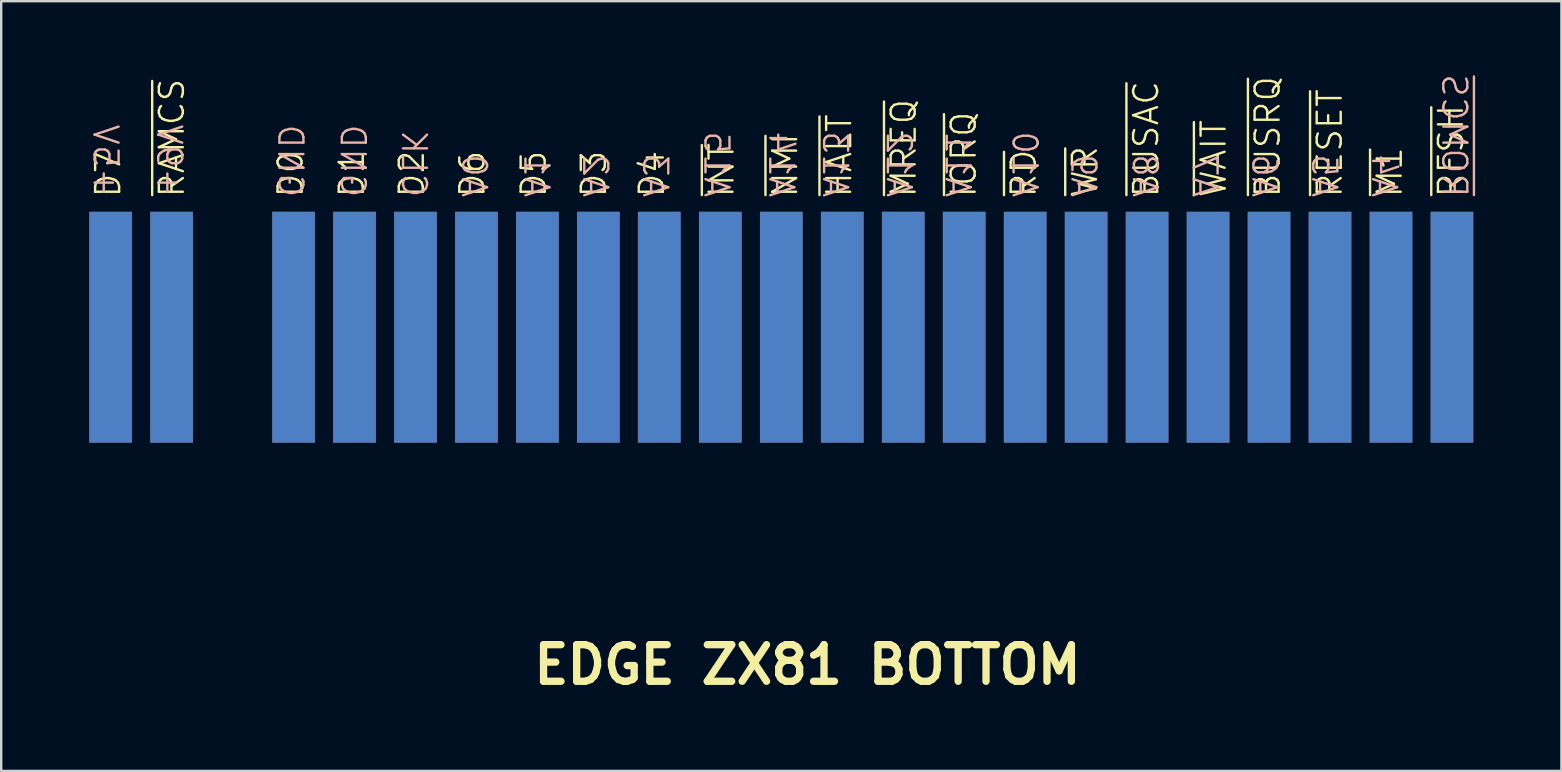
<source format=kicad_pcb>
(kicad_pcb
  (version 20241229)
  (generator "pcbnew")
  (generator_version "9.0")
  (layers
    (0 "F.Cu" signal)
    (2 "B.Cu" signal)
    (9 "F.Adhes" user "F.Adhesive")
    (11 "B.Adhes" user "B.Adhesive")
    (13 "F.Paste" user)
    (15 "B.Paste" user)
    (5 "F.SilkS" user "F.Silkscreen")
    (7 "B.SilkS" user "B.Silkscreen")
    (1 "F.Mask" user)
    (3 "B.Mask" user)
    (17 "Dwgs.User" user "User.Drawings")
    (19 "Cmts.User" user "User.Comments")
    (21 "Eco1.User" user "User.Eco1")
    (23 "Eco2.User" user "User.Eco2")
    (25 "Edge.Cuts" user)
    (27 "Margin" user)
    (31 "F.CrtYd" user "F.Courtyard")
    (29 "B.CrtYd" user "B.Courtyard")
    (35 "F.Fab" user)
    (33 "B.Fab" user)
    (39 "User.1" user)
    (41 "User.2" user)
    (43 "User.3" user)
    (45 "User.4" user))
  (footprint "EDGE ZX81 BOTTOM"
    (layer "F.Cu")
    (at 30.79 11.593)
    (property "Reference" "EDGE ZX81 BOTTOM" (at -0.2 13.05 0) (layer "F.SilkS") (effects (font (size 1.524 1.524) (thickness 0.305))))
    (attr through_hole)
    (fp_text user "~{NMI}" (at -1.13 -6.35 90) (unlocked yes) (layer "F.SilkS") (effects (font (size 1 1) (thickness 0.1)) (justify left)))
    (fp_text user "~{BUSAC}" (at 13.908 -6.35 90) (unlocked yes) (layer "F.SilkS") (effects (font (size 1 1) (thickness 0.1)) (justify left)))
    (fp_text user "D4" (at -6.685 -6.35 90) (unlocked yes) (layer "F.SilkS") (effects (font (size 1 1) (thickness 0.1)) (justify left)))
    (fp_text user "D6" (at -14.164 -6.35 90) (unlocked yes) (layer "F.SilkS") (effects (font (size 1 1) (thickness 0.1)) (justify left)))
    (fp_text user "D1" (at -19.185 -6.35 90) (unlocked yes) (layer "F.SilkS") (effects (font (size 1 1) (thickness 0.1)) (justify left)))
    (fp_text user "D7" (at -29.335 -6.35 90) (unlocked yes) (layer "F.SilkS") (effects (font (size 1 1) (thickness 0.1)) (justify left)))
    (fp_text user "~{M1}" (at 24.058 -6.35 90) (unlocked yes) (layer "F.SilkS") (effects (font (size 1 1) (thickness 0.1)) (justify left)))
    (fp_text user "~{RESET}" (at 21.558 -6.35 90) (unlocked yes) (layer "F.SilkS") (effects (font (size 1 1) (thickness 0.1)) (justify left)))
    (fp_text user "~{INT}" (at -3.78 -6.35 90) (unlocked yes) (layer "F.SilkS") (effects (font (size 1 1) (thickness 0.1)) (justify left)))
    (fp_text user "~{WAIT}" (at 16.72 -6.35 90) (unlocked yes) (layer "F.SilkS") (effects (font (size 1 1) (thickness 0.1)) (justify left)))
    (fp_text user "~{BUSRQ}" (at 18.97 -6.35 90) (unlocked yes) (layer "F.SilkS") (effects (font (size 1 1) (thickness 0.1)) (justify left)))
    (fp_text user "~{WR}" (at 11.358 -6.35 90) (unlocked yes) (layer "F.SilkS") (effects (font (size 1 1) (thickness 0.1)) (justify left)))
    (fp_text user "D3" (at -9.101 -6.35 90) (unlocked yes) (layer "F.SilkS") (effects (font (size 1 1) (thickness 0.1)) (justify left)))
    (fp_text user "~{HALT}" (at 1.12 -6.35 90) (unlocked yes) (layer "F.SilkS") (effects (font (size 1 1) (thickness 0.1)) (justify left)))
    (fp_text user "~{RAMCS}" (at -26.68 -6.35 90) (unlocked yes) (layer "F.SilkS") (effects (font (size 1 1) (thickness 0.1)) (justify left)))
    (fp_text user "~{RFSH}" (at 26.608 -6.35 90) (unlocked yes) (layer "F.SilkS") (effects (font (size 1 1) (thickness 0.1)) (justify left)))
    (fp_text user "~{RD}" (at 8.808 -6.35 90) (unlocked yes) (layer "F.SilkS") (effects (font (size 1 1) (thickness 0.1)) (justify left)))
    (fp_text user "D0" (at -21.735 -6.35 90) (unlocked yes) (layer "F.SilkS") (effects (font (size 1 1) (thickness 0.1)) (justify left)))
    (fp_text user "~{MREQ}" (at 3.808 -6.35 90) (unlocked yes) (layer "F.SilkS") (effects (font (size 1 1) (thickness 0.1)) (justify left)))
    (fp_text user "D2" (at -16.685 -6.35 90) (unlocked yes) (layer "F.SilkS") (effects (font (size 1 1) (thickness 0.1)) (justify left)))
    (fp_text user "~{IORQ}" (at 6.308 -6.35 90) (unlocked yes) (layer "F.SilkS") (effects (font (size 1 1) (thickness 0.1)) (justify left)))
    (fp_text user "D5" (at -11.607 -6.35 90) (unlocked yes) (layer "F.SilkS") (effects (font (size 1 1) (thickness 0.1)) (justify left)))
    (fp_text user "~{ROMCS}" (at 26.746 -6.35 270) (unlocked yes) (layer "B.SilkS") (effects (font (size 1 1) (thickness 0.1)) (justify left mirror)))
    (fp_text user "+5V" (at -29.442 -6.35 270) (unlocked yes) (layer "B.SilkS") (effects (font (size 1 1) (thickness 0.1)) (justify left mirror)))
    (fp_text user "A11" (at 6.058 -6.35 270) (unlocked yes) (layer "B.SilkS") (effects (font (size 1 1) (thickness 0.1)) (justify left mirror)))
    (fp_text user "A3" (at -6.542 -6.35 270) (unlocked yes) (layer "B.SilkS") (effects (font (size 1 1) (thickness 0.1)) (justify left mirror)))
    (fp_text user "A14" (at -1.292 -6.35 270) (unlocked yes) (layer "B.SilkS") (effects (font (size 1 1) (thickness 0.1)) (justify left mirror)))
    (fp_text user "A8" (at 13.858 -6.35 270) (unlocked yes) (layer "B.SilkS") (effects (font (size 1 1) (thickness 0.1)) (justify left mirror)))
    (fp_text user "A5" (at 21.33 -6.35 270) (unlocked yes) (layer "B.SilkS") (effects (font (size 1 1) (thickness 0.1)) (justify left mirror)))
    (fp_text user "A9" (at 11.296 -6.35 270) (unlocked yes) (layer "B.SilkS") (effects (font (size 1 1) (thickness 0.1)) (justify left mirror)))
    (fp_text user "A10" (at 8.846 -6.35 270) (unlocked yes) (layer "B.SilkS") (effects (font (size 1 1) (thickness 0.1)) (justify left mirror)))
    (fp_text user "A0" (at -14.092 -6.35 270) (unlocked yes) (layer "B.SilkS") (effects (font (size 1 1) (thickness 0.1)) (justify left mirror)))
    (fp_text user "A13" (at 0.951 -6.35 270) (unlocked yes) (layer "B.SilkS") (effects (font (size 1 1) (thickness 0.1)) (justify left mirror)))
    (fp_text user "+9V" (at -26.792 -6.35 270) (unlocked yes) (layer "B.SilkS") (effects (font (size 1 1) (thickness 0.1)) (justify left mirror)))
    (fp_text user "GND" (at -21.742 -6.35 270) (unlocked yes) (layer "B.SilkS") (effects (font (size 1 1) (thickness 0.1)) (justify left mirror)))
    (fp_text user "GND" (at -19.142 -6.35 270) (unlocked yes) (layer "B.SilkS") (effects (font (size 1 1) (thickness 0.1)) (justify left mirror)))
    (fp_text user "A6" (at 18.837 -6.35 270) (unlocked yes) (layer "B.SilkS") (effects (font (size 1 1) (thickness 0.1)) (justify left mirror)))
    (fp_text user "A15" (at -3.992 -6.35 270) (unlocked yes) (layer "B.SilkS") (effects (font (size 1 1) (thickness 0.1)) (justify left mirror)))
    (fp_text user "A4" (at 23.824 -6.35 270) (unlocked yes) (layer "B.SilkS") (effects (font (size 1 1) (thickness 0.1)) (justify left mirror)))
    (fp_text user "CLK" (at -16.592 -6.35 270) (unlocked yes) (layer "B.SilkS") (effects (font (size 1 1) (thickness 0.1)) (justify left mirror)))
    (fp_text user "A2" (at -9.042 -6.35 270) (unlocked yes) (layer "B.SilkS") (effects (font (size 1 1) (thickness 0.1)) (justify left mirror)))
    (fp_text user "A1" (at -11.492 -6.35 270) (unlocked yes) (layer "B.SilkS") (effects (font (size 1 1) (thickness 0.1)) (justify left mirror)))
    (fp_text user "A7" (at 16.344 -6.35 270) (unlocked yes) (layer "B.SilkS") (effects (font (size 1 1) (thickness 0.1)) (justify left mirror)))
    (fp_text user "A12" (at 3.608 -6.35 270) (unlocked yes) (layer "B.SilkS") (effects (font (size 1 1) (thickness 0.1)) (justify left mirror)))
    (pad "A3" connect rect (at -29.23 -1.01 180) (size 1.778 9.62) (layers "B.Cu" "B.Mask"))
    (pad "A4" connect rect (at -26.69 -1.01 180) (size 1.778 9.62) (layers "B.Cu" "B.Mask"))
    (pad "A6" connect rect (at -21.61 -1.01 180) (size 1.778 9.62) (layers "B.Cu" "B.Mask"))
    (pad "A7" connect rect (at -19.07 -1.01 180) (size 1.778 9.62) (layers "B.Cu" "B.Mask"))
    (pad "A8" connect rect (at -16.53 -1.01 180) (size 1.778 9.62) (layers "B.Cu" "B.Mask"))
    (pad "A9" connect rect (at -13.99 -1.01 180) (size 1.778 9.62) (layers "B.Cu" "B.Mask"))
    (pad "A10" connect rect (at -11.45 -1.01 180) (size 1.778 9.62) (layers "B.Cu" "B.Mask"))
    (pad "A11" connect rect (at -8.91 -1.01 180) (size 1.778 9.62) (layers "B.Cu" "B.Mask"))
    (pad "A12" connect rect (at -6.37 -1.01 180) (size 1.778 9.62) (layers "B.Cu" "B.Mask"))
    (pad "A13" connect rect (at -3.83 -1.01 180) (size 1.778 9.62) (layers "B.Cu" "B.Mask"))
    (pad "A14" connect rect (at -1.29 -1.01 180) (size 1.778 9.62) (layers "B.Cu" "B.Mask"))
    (pad "A15" connect rect (at 1.25 -1.01 180) (size 1.778 9.62) (layers "B.Cu" "B.Mask"))
    (pad "A16" connect rect (at 3.79 -1.01 180) (size 1.778 9.62) (layers "B.Cu" "B.Mask"))
    (pad "A17" connect rect (at 6.33 -1.01 180) (size 1.778 9.62) (layers "B.Cu" "B.Mask"))
    (pad "A18" connect rect (at 8.87 -1.01 180) (size 1.778 9.62) (layers "B.Cu" "B.Mask"))
    (pad "A19" connect rect (at 11.41 -1.01 180) (size 1.778 9.62) (layers "B.Cu" "B.Mask"))
    (pad "A20" connect rect (at 13.95 -1.01 180) (size 1.778 9.62) (layers "B.Cu" "B.Mask"))
    (pad "A21" connect rect (at 16.49 -1.01 180) (size 1.778 9.62) (layers "B.Cu" "B.Mask"))
    (pad "A22" connect rect (at 19.03 -1.01 180) (size 1.778 9.62) (layers "B.Cu" "B.Mask"))
    (pad "A23" connect rect (at 21.57 -1.01 180) (size 1.778 9.62) (layers "B.Cu" "B.Mask"))
    (pad "A24" connect rect (at 24.11 -1.01 180) (size 1.778 9.62) (layers "B.Cu" "B.Mask"))
    (pad "A25" connect rect (at 26.65 -1.01 180) (size 1.778 9.62) (layers "B.Cu" "B.Mask"))
    (pad "B3" connect rect (at -29.23 -1.01 180) (size 1.778 9.62) (layers "F.Cu" "F.Mask"))
    (pad "B4" connect rect (at -26.69 -1.01 180) (size 1.778 9.62) (layers "F.Cu" "F.Mask"))
    (pad "B6" connect rect (at -21.61 -1.01 180) (size 1.778 9.62) (layers "F.Cu" "F.Mask"))
    (pad "B7" connect rect (at -19.07 -1.01 180) (size 1.778 9.62) (layers "F.Cu" "F.Mask"))
    (pad "B8" connect rect (at -16.53 -1.01 180) (size 1.778 9.62) (layers "F.Cu" "F.Mask"))
    (pad "B9" connect rect (at -13.99 -1.01 180) (size 1.778 9.62) (layers "F.Cu" "F.Mask"))
    (pad "B10" connect rect (at -11.45 -1.01 180) (size 1.778 9.62) (layers "F.Cu" "F.Mask"))
    (pad "B11" connect rect (at -8.91 -1.01 180) (size 1.778 9.62) (layers "F.Cu" "F.Mask"))
    (pad "B12" connect rect (at -6.38 -1.01 180) (size 1.778 9.62) (layers "F.Cu" "F.Mask"))
    (pad "B13" connect rect (at -3.83 -1.01 180) (size 1.778 9.62) (layers "F.Cu" "F.Mask"))
    (pad "B14" connect rect (at -1.29 -1.01 180) (size 1.778 9.62) (layers "F.Cu" "F.Mask"))
    (pad "B15" connect rect (at 1.25 -1.01 180) (size 1.778 9.62) (layers "F.Cu" "F.Mask"))
    (pad "B16" connect rect (at 3.79 -1.01 180) (size 1.778 9.62) (layers "F.Cu" "F.Mask"))
    (pad "B17" connect rect (at 6.33 -1.01 180) (size 1.778 9.62) (layers "F.Cu" "F.Mask"))
    (pad "B18" connect rect (at 8.87 -1.01 180) (size 1.778 9.62) (layers "F.Cu" "F.Mask"))
    (pad "B19" connect rect (at 11.41 -1.01 180) (size 1.778 9.62) (layers "F.Cu" "F.Mask"))
    (pad "B20" connect rect (at 13.95 -1.01 180) (size 1.778 9.62) (layers "F.Cu" "F.Mask"))
    (pad "B21" connect rect (at 16.49 -1.01 180) (size 1.778 9.62) (layers "F.Cu" "F.Mask"))
    (pad "B22" connect rect (at 19.03 -1.01 180) (size 1.778 9.62) (layers "F.Cu" "F.Mask"))
    (pad "B23" connect rect (at 21.57 -1.01 180) (size 1.778 9.62) (layers "F.Cu" "F.Mask"))
    (pad "B24" connect rect (at 24.11 -1.01 180) (size 1.778 9.62) (layers "F.Cu" "F.Mask"))
    (pad "B25" connect rect (at 26.65 -1.01 180) (size 1.778 9.62) (layers "F.Cu" "F.Mask"))
    (zone (net_name "") (layer "F.Cu") (hatch edge 0.5) (connect_pads) (min_thickness 0.25) (filled_areas_thickness no) (keepout (tracks not_allowed) (vias not_allowed) (pads not_allowed) (copperpour not_allowed) (footprints not_allowed)) (placement (enabled no)) (fill) (polygon (pts (xy 0.01 8.153) (xy 0.58 8.143) (xy 0.58 15.403) (xy 0.01 15.403))))
    (zone (net_name "") (layer "F.Cu") (hatch edge 0.5) (connect_pads) (min_thickness 0.25) (filled_areas_thickness no) (keepout (tracks not_allowed) (vias not_allowed) (pads not_allowed) (copperpour not_allowed) (footprints not_allowed)) (placement (enabled no)) (fill) (polygon (pts (xy 2.55 8.153) (xy 3.12 8.143) (xy 3.12 15.403) (xy 2.55 15.403))))
    (zone (net_name "") (layer "F.Cu") (hatch edge 0.5) (connect_pads) (min_thickness 0.25) (filled_areas_thickness no) (keepout (tracks not_allowed) (vias not_allowed) (pads not_allowed) (copperpour not_allowed) (footprints not_allowed)) (placement (enabled no)) (fill) (polygon (pts (xy 5.11 8.153) (xy 5.68 8.143) (xy 5.68 15.403) (xy 5.11 15.403))))
    (zone (net_name "") (layer "F.Cu") (hatch edge 0.5) (connect_pads) (min_thickness 0.25) (filled_areas_thickness no) (keepout (tracks not_allowed) (vias not_allowed) (pads not_allowed) (copperpour not_allowed) (footprints not_allowed)) (placement (enabled no)) (fill) (polygon (pts (xy 7.64 8.153) (xy 8.21 8.143) (xy 8.21 15.403) (xy 7.64 15.403))))
    (zone (net_name "") (layer "F.Cu") (hatch edge 0.5) (connect_pads) (min_thickness 0.25) (filled_areas_thickness no) (keepout (tracks not_allowed) (vias not_allowed) (pads not_allowed) (copperpour not_allowed) (footprints not_allowed)) (placement (enabled no)) (fill) (polygon (pts (xy 10.16 8.153) (xy 10.73 8.143) (xy 10.73 15.403) (xy 10.16 15.403))))
    (zone (net_name "") (layer "F.Cu") (hatch edge 0.5) (connect_pads) (min_thickness 0.25) (filled_areas_thickness no) (keepout (tracks not_allowed) (vias not_allowed) (pads not_allowed) (copperpour not_allowed) (footprints not_allowed)) (placement (enabled no)) (fill) (polygon (pts (xy 12.7 8.153) (xy 13.27 8.143) (xy 13.27 15.403) (xy 12.7 15.403))))
    (zone (net_name "") (layer "F.Cu") (hatch edge 0.5) (connect_pads) (min_thickness 0.25) (filled_areas_thickness no) (keepout (tracks not_allowed) (vias not_allowed) (pads not_allowed) (copperpour not_allowed) (footprints not_allowed)) (placement (enabled no)) (fill) (polygon (pts (xy 15.24 8.153) (xy 15.81 8.143) (xy 15.81 15.403) (xy 15.24 15.403))))
    (zone (net_name "") (layer "F.Cu") (hatch edge 0.5) (connect_pads) (min_thickness 0.25) (filled_areas_thickness no) (keepout (tracks not_allowed) (vias not_allowed) (pads not_allowed) (copperpour not_allowed) (footprints not_allowed)) (placement (enabled no)) (fill) (polygon (pts (xy 17.78 8.153) (xy 18.35 8.143) (xy 18.35 15.403) (xy 17.78 15.403))))
    (zone (net_name "") (layer "F.Cu") (hatch edge 0.5) (connect_pads) (min_thickness 0.25) (filled_areas_thickness no) (keepout (tracks not_allowed) (vias not_allowed) (pads not_allowed) (copperpour not_allowed) (footprints not_allowed)) (placement (enabled no)) (fill) (polygon (pts (xy 20.32 8.153) (xy 20.89 8.143) (xy 20.89 15.403) (xy 20.32 15.403))))
    (zone (net_name "") (layer "F.Cu") (hatch edge 0.5) (connect_pads) (min_thickness 0.25) (filled_areas_thickness no) (keepout (tracks not_allowed) (vias not_allowed) (pads not_allowed) (copperpour not_allowed) (footprints not_allowed)) (placement (enabled no)) (fill) (polygon (pts (xy 22.86 8.153) (xy 23.43 8.143) (xy 23.43 15.403) (xy 22.86 15.403))))
    (zone (net_name "") (layer "F.Cu") (hatch edge 0.5) (connect_pads) (min_thickness 0.25) (filled_areas_thickness no) (keepout (tracks not_allowed) (vias not_allowed) (pads not_allowed) (copperpour not_allowed) (footprints not_allowed)) (placement (enabled no)) (fill) (polygon (pts (xy 25.41 8.153) (xy 25.98 8.143) (xy 25.98 15.403) (xy 25.41 15.403))))
    (zone (net_name "") (layer "F.Cu") (hatch edge 0.5) (connect_pads) (min_thickness 0.25) (filled_areas_thickness no) (keepout (tracks not_allowed) (vias not_allowed) (pads not_allowed) (copperpour not_allowed) (footprints not_allowed)) (placement (enabled no)) (fill) (polygon (pts (xy 27.95 8.153) (xy 28.52 8.143) (xy 28.52 15.403) (xy 27.95 15.403))))
    (zone (net_name "") (layer "F.Cu") (hatch edge 0.5) (connect_pads) (min_thickness 0.25) (filled_areas_thickness no) (keepout (tracks not_allowed) (vias not_allowed) (pads not_allowed) (copperpour not_allowed) (footprints not_allowed)) (placement (enabled no)) (fill) (polygon (pts (xy 30.49 8.153) (xy 31.06 8.143) (xy 31.06 15.403) (xy 30.49 15.403))))
    (zone (net_name "") (layer "F.Cu") (hatch edge 0.5) (connect_pads) (min_thickness 0.25) (filled_areas_thickness no) (keepout (tracks not_allowed) (vias not_allowed) (pads not_allowed) (copperpour not_allowed) (footprints not_allowed)) (placement (enabled no)) (fill) (polygon (pts (xy 33.03 8.153) (xy 33.6 8.143) (xy 33.6 15.403) (xy 33.03 15.403))))
    (zone (net_name "") (layer "F.Cu") (hatch edge 0.5) (connect_pads) (min_thickness 0.25) (filled_areas_thickness no) (keepout (tracks not_allowed) (vias not_allowed) (pads not_allowed) (copperpour not_allowed) (footprints not_allowed)) (placement (enabled no)) (fill) (polygon (pts (xy 35.57 8.153) (xy 36.14 8.143) (xy 36.14 15.403) (xy 35.57 15.403))))
    (zone (net_name "") (layer "F.Cu") (hatch edge 0.5) (connect_pads) (min_thickness 0.25) (filled_areas_thickness no) (keepout (tracks not_allowed) (vias not_allowed) (pads not_allowed) (copperpour not_allowed) (footprints not_allowed)) (placement (enabled no)) (fill) (polygon (pts (xy 38.11 8.153) (xy 38.68 8.143) (xy 38.68 15.403) (xy 38.11 15.403))))
    (zone (net_name "") (layer "F.Cu") (hatch edge 0.5) (connect_pads) (min_thickness 0.25) (filled_areas_thickness no) (keepout (tracks not_allowed) (vias not_allowed) (pads not_allowed) (copperpour not_allowed) (footprints not_allowed)) (placement (enabled no)) (fill) (polygon (pts (xy 40.64 8.153) (xy 41.21 8.143) (xy 41.21 15.403) (xy 40.64 15.403))))
    (zone (net_name "") (layer "F.Cu") (hatch edge 0.5) (connect_pads) (min_thickness 0.25) (filled_areas_thickness no) (keepout (tracks not_allowed) (vias not_allowed) (pads not_allowed) (copperpour not_allowed) (footprints not_allowed)) (placement (enabled no)) (fill) (polygon (pts (xy 43.18 8.153) (xy 43.75 8.143) (xy 43.75 15.403) (xy 43.18 15.403))))
    (zone (net_name "") (layer "F.Cu") (hatch edge 0.5) (connect_pads) (min_thickness 0.25) (filled_areas_thickness no) (keepout (tracks not_allowed) (vias not_allowed) (pads not_allowed) (copperpour not_allowed) (footprints not_allowed)) (placement (enabled no)) (fill) (polygon (pts (xy 45.72 8.153) (xy 46.29 8.143) (xy 46.29 15.403) (xy 45.72 15.403))))
    (zone (net_name "") (layer "F.Cu") (hatch edge 0.5) (connect_pads) (min_thickness 0.25) (filled_areas_thickness no) (keepout (tracks not_allowed) (vias not_allowed) (pads not_allowed) (copperpour not_allowed) (footprints not_allowed)) (placement (enabled no)) (fill) (polygon (pts (xy 48.27 8.153) (xy 48.84 8.143) (xy 48.84 15.403) (xy 48.27 15.403))))
    (zone (net_name "") (layer "F.Cu") (hatch edge 0.5) (connect_pads) (min_thickness 0.25) (filled_areas_thickness no) (keepout (tracks not_allowed) (vias not_allowed) (pads not_allowed) (copperpour not_allowed) (footprints not_allowed)) (placement (enabled no)) (fill) (polygon (pts (xy 50.81 8.153) (xy 51.38 8.143) (xy 51.38 15.403) (xy 50.81 15.403))))
    (zone (net_name "") (layer "F.Cu") (hatch edge 0.5) (connect_pads) (min_thickness 0.25) (filled_areas_thickness no) (keepout (tracks not_allowed) (vias not_allowed) (pads not_allowed) (copperpour not_allowed) (footprints not_allowed)) (placement (enabled no)) (fill) (polygon (pts (xy 53.35 8.153) (xy 53.92 8.143) (xy 53.92 15.403) (xy 53.35 15.403))))
    (zone (net_name "") (layer "F.Cu") (hatch edge 0.5) (connect_pads) (min_thickness 0.25) (filled_areas_thickness no) (keepout (tracks not_allowed) (vias not_allowed) (pads not_allowed) (copperpour not_allowed) (footprints not_allowed)) (placement (enabled no)) (fill) (polygon (pts (xy 55.89 8.153) (xy 56.46 8.143) (xy 56.46 15.403) (xy 55.89 15.403))))
    (zone (net_name "") (layer "F.Cu") (hatch edge 0.5) (connect_pads) (min_thickness 0.25) (filled_areas_thickness no) (keepout (tracks not_allowed) (vias not_allowed) (pads not_allowed) (copperpour not_allowed) (footprints not_allowed)) (placement (enabled no)) (fill) (polygon (pts (xy 58.43 8.153) (xy 59 8.143) (xy 59 15.403) (xy 58.43 15.403))))
    (zone (net_name "") (layer "B.Cu") (hatch edge 0.5) (connect_pads) (min_thickness 0.25) (filled_areas_thickness no) (keepout (tracks not_allowed) (vias not_allowed) (pads not_allowed) (copperpour not_allowed) (footprints not_allowed)) (placement (enabled no)) (fill) (polygon (pts (xy 0.57 8.153) (xy 0 8.143) (xy 0 15.403) (xy 0.57 15.403))))
    (zone (net_name "") (layer "B.Cu") (hatch edge 0.5) (connect_pads) (min_thickness 0.25) (filled_areas_thickness no) (keepout (tracks not_allowed) (vias not_allowed) (pads not_allowed) (copperpour not_allowed) (footprints not_allowed)) (placement (enabled no)) (fill) (polygon (pts (xy 3.11 8.153) (xy 2.54 8.143) (xy 2.54 15.403) (xy 3.11 15.403))))
    (zone (net_name "") (layer "B.Cu") (hatch edge 0.5) (connect_pads) (min_thickness 0.25) (filled_areas_thickness no) (keepout (tracks not_allowed) (vias not_allowed) (pads not_allowed) (copperpour not_allowed) (footprints not_allowed)) (placement (enabled no)) (fill) (polygon (pts (xy 5.65 8.153) (xy 5.08 8.143) (xy 5.08 15.403) (xy 5.65 15.403))))
    (zone (net_name "") (layer "B.Cu") (hatch edge 0.5) (connect_pads) (min_thickness 0.25) (filled_areas_thickness no) (keepout (tracks not_allowed) (vias not_allowed) (pads not_allowed) (copperpour not_allowed) (footprints not_allowed)) (placement (enabled no)) (fill) (polygon (pts (xy 8.19 8.153) (xy 7.62 8.143) (xy 7.62 15.403) (xy 8.19 15.403))))
    (zone (net_name "") (layer "B.Cu") (hatch edge 0.5) (connect_pads) (min_thickness 0.25) (filled_areas_thickness no) (keepout (tracks not_allowed) (vias not_allowed) (pads not_allowed) (copperpour not_allowed) (footprints not_allowed)) (placement (enabled no)) (fill) (polygon (pts (xy 10.73 8.153) (xy 10.16 8.143) (xy 10.16 15.403) (xy 10.73 15.403))))
    (zone (net_name "") (layer "B.Cu") (hatch edge 0.5) (connect_pads) (min_thickness 0.25) (filled_areas_thickness no) (keepout (tracks not_allowed) (vias not_allowed) (pads not_allowed) (copperpour not_allowed) (footprints not_allowed)) (placement (enabled no)) (fill) (polygon (pts (xy 13.28 8.153) (xy 12.71 8.143) (xy 12.71 15.403) (xy 13.28 15.403))))
    (zone (net_name "") (layer "B.Cu") (hatch edge 0.5) (connect_pads) (min_thickness 0.25) (filled_areas_thickness no) (keepout (tracks not_allowed) (vias not_allowed) (pads not_allowed) (copperpour not_allowed) (footprints not_allowed)) (placement (enabled no)) (fill) (polygon (pts (xy 15.82 8.153) (xy 15.25 8.143) (xy 15.25 15.403) (xy 15.82 15.403))))
    (zone (net_name "") (layer "B.Cu") (hatch edge 0.5) (connect_pads) (min_thickness 0.25) (filled_areas_thickness no) (keepout (tracks not_allowed) (vias not_allowed) (pads not_allowed) (copperpour not_allowed) (footprints not_allowed)) (placement (enabled no)) (fill) (polygon (pts (xy 18.36 8.153) (xy 17.79 8.143) (xy 17.79 15.403) (xy 18.36 15.403))))
    (zone (net_name "") (layer "B.Cu") (hatch edge 0.5) (connect_pads) (min_thickness 0.25) (filled_areas_thickness no) (keepout (tracks not_allowed) (vias not_allowed) (pads not_allowed) (copperpour not_allowed) (footprints not_allowed)) (placement (enabled no)) (fill) (polygon (pts (xy 20.89 8.153) (xy 20.32 8.143) (xy 20.32 15.403) (xy 20.89 15.403))))
    (zone (net_name "") (layer "B.Cu") (hatch edge 0.5) (connect_pads) (min_thickness 0.25) (filled_areas_thickness no) (keepout (tracks not_allowed) (vias not_allowed) (pads not_allowed) (copperpour not_allowed) (footprints not_allowed)) (placement (enabled no)) (fill) (polygon (pts (xy 23.43 8.153) (xy 22.86 8.143) (xy 22.86 15.403) (xy 23.43 15.403))))
    (zone (net_name "") (layer "B.Cu") (hatch edge 0.5) (connect_pads) (min_thickness 0.25) (filled_areas_thickness no) (keepout (tracks not_allowed) (vias not_allowed) (pads not_allowed) (copperpour not_allowed) (footprints not_allowed)) (placement (enabled no)) (fill) (polygon (pts (xy 25.97 8.153) (xy 25.4 8.143) (xy 25.4 15.403) (xy 25.97 15.403))))
    (zone (net_name "") (layer "B.Cu") (hatch edge 0.5) (connect_pads) (min_thickness 0.25) (filled_areas_thickness no) (keepout (tracks not_allowed) (vias not_allowed) (pads not_allowed) (copperpour not_allowed) (footprints not_allowed)) (placement (enabled no)) (fill) (polygon (pts (xy 28.51 8.153) (xy 27.94 8.143) (xy 27.94 15.403) (xy 28.51 15.403))))
    (zone (net_name "") (layer "B.Cu") (hatch edge 0.5) (connect_pads) (min_thickness 0.25) (filled_areas_thickness no) (keepout (tracks not_allowed) (vias not_allowed) (pads not_allowed) (copperpour not_allowed) (footprints not_allowed)) (placement (enabled no)) (fill) (polygon (pts (xy 31.05 8.153) (xy 30.48 8.143) (xy 30.48 15.403) (xy 31.05 15.403))))
    (zone (net_name "") (layer "B.Cu") (hatch edge 0.5) (connect_pads) (min_thickness 0.25) (filled_areas_thickness no) (keepout (tracks not_allowed) (vias not_allowed) (pads not_allowed) (copperpour not_allowed) (footprints not_allowed)) (placement (enabled no)) (fill) (polygon (pts (xy 33.59 8.153) (xy 33.02 8.143) (xy 33.02 15.403) (xy 33.59 15.403))))
    (zone (net_name "") (layer "B.Cu") (hatch edge 0.5) (connect_pads) (min_thickness 0.25) (filled_areas_thickness no) (keepout (tracks not_allowed) (vias not_allowed) (pads not_allowed) (copperpour not_allowed) (footprints not_allowed)) (placement (enabled no)) (fill) (polygon (pts (xy 36.14 8.153) (xy 35.57 8.143) (xy 35.57 15.403) (xy 36.14 15.403))))
    (zone (net_name "") (layer "B.Cu") (hatch edge 0.5) (connect_pads) (min_thickness 0.25) (filled_areas_thickness no) (keepout (tracks not_allowed) (vias not_allowed) (pads not_allowed) (copperpour not_allowed) (footprints not_allowed)) (placement (enabled no)) (fill) (polygon (pts (xy 38.68 8.153) (xy 38.11 8.143) (xy 38.11 15.403) (xy 38.68 15.403))))
    (zone (net_name "") (layer "B.Cu") (hatch edge 0.5) (connect_pads) (min_thickness 0.25) (filled_areas_thickness no) (keepout (tracks not_allowed) (vias not_allowed) (pads not_allowed) (copperpour not_allowed) (footprints not_allowed)) (placement (enabled no)) (fill) (polygon (pts (xy 41.22 8.153) (xy 40.65 8.143) (xy 40.65 15.403) (xy 41.22 15.403))))
    (zone (net_name "") (layer "B.Cu") (hatch edge 0.5) (connect_pads) (min_thickness 0.25) (filled_areas_thickness no) (keepout (tracks not_allowed) (vias not_allowed) (pads not_allowed) (copperpour not_allowed) (footprints not_allowed)) (placement (enabled no)) (fill) (polygon (pts (xy 43.76 8.153) (xy 43.19 8.143) (xy 43.19 15.403) (xy 43.76 15.403))))
    (zone (net_name "") (layer "B.Cu") (hatch edge 0.5) (connect_pads) (min_thickness 0.25) (filled_areas_thickness no) (keepout (tracks not_allowed) (vias not_allowed) (pads not_allowed) (copperpour not_allowed) (footprints not_allowed)) (placement (enabled no)) (fill) (polygon (pts (xy 46.3 8.153) (xy 45.73 8.143) (xy 45.73 15.403) (xy 46.3 15.403))))
    (zone (net_name "") (layer "B.Cu") (hatch edge 0.5) (connect_pads) (min_thickness 0.25) (filled_areas_thickness no) (keepout (tracks not_allowed) (vias not_allowed) (pads not_allowed) (copperpour not_allowed) (footprints not_allowed)) (placement (enabled no)) (fill) (polygon (pts (xy 48.84 8.153) (xy 48.27 8.143) (xy 48.27 15.403) (xy 48.84 15.403))))
    (zone (net_name "") (layer "B.Cu") (hatch edge 0.5) (connect_pads) (min_thickness 0.25) (filled_areas_thickness no) (keepout (tracks not_allowed) (vias not_allowed) (pads not_allowed) (copperpour not_allowed) (footprints not_allowed)) (placement (enabled no)) (fill) (polygon (pts (xy 51.36 8.153) (xy 50.79 8.143) (xy 50.79 15.403) (xy 51.36 15.403))))
    (zone (net_name "") (layer "B.Cu") (hatch edge 0.5) (connect_pads) (min_thickness 0.25) (filled_areas_thickness no) (keepout (tracks not_allowed) (vias not_allowed) (pads not_allowed) (copperpour not_allowed) (footprints not_allowed)) (placement (enabled no)) (fill) (polygon (pts (xy 53.89 8.153) (xy 53.32 8.143) (xy 53.32 15.403) (xy 53.89 15.403))))
    (zone (net_name "") (layer "B.Cu") (hatch edge 0.5) (connect_pads) (min_thickness 0.25) (filled_areas_thickness no) (keepout (tracks not_allowed) (vias not_allowed) (pads not_allowed) (copperpour not_allowed) (footprints not_allowed)) (placement (enabled no)) (fill) (polygon (pts (xy 56.45 8.153) (xy 55.88 8.143) (xy 55.88 15.403) (xy 56.45 15.403))))
    (zone (net_name "") (layer "B.Cu") (hatch edge 0.5) (connect_pads) (min_thickness 0.25) (filled_areas_thickness no) (keepout (tracks not_allowed) (vias not_allowed) (pads not_allowed) (copperpour not_allowed) (footprints not_allowed)) (placement (enabled no)) (fill) (polygon (pts (xy 58.99 8.153) (xy 58.42 8.143) (xy 58.42 15.403) (xy 58.99 15.403)))))
  (gr_rect
    (start -3 -3)
    (end 62 29.069)
    (stroke (width 0.1) (type default))
    (fill no)
    (layer "Edge.Cuts")))
</source>
